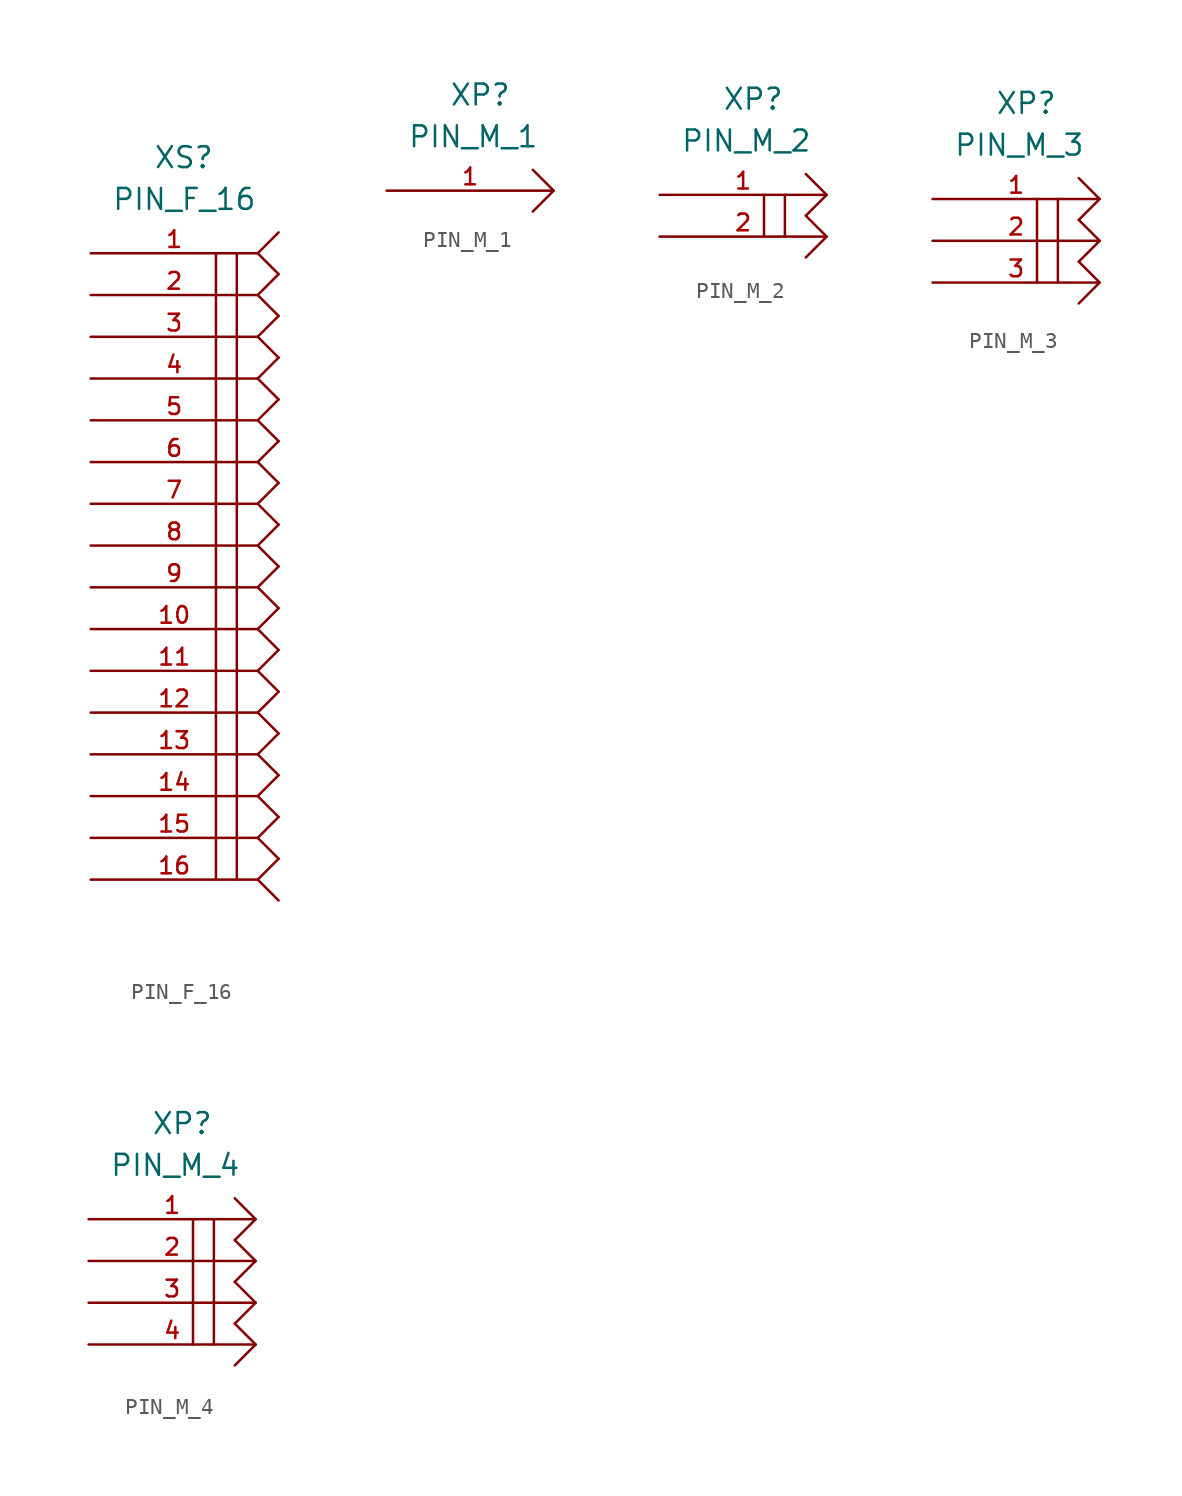
<source format=kicad_sym>
(kicad_symbol_lib
  (version 20211014)
  (generator kicad_symbol_editor)
  (symbol "PIN_F_16"
    (pin_names
      (offset 1.016))
    (property "Reference" "XS"
      (at 3.81 5.08 0)
      (effects (font (size 1.27 1.27)) (justify left bottom)))
    (property "Value" "PIN_F_16"
      (at 1.27 2.54 0)
      (effects (font (size 1.27 1.27)) (justify left bottom)))
    (property "Datasheet" ""
      (at 0 0 0)
      (effects (font (size 1.524 1.524))))
    (property "ki_locked" ""
      (at 0 0 0)
      (effects (font (size 1.27 1.27))))
    (symbol "PIN_F_16_0_1"
      (polyline (pts (xy 7.62 0) (xy 7.62 -38.1)) (stroke (width 0) (type default) (color 0 0 0 0)) (fill (type none)))
      (polyline (pts (xy 8.89 -38.1) (xy 8.89 0)) (stroke (width 0) (type default) (color 0 0 0 0)) (fill (type none)))
      (polyline (pts (xy 10.16 -38.1) (xy 11.43 -39.37)) (stroke (width 0) (type default) (color 0 0 0 0)) (fill (type none)))
      (polyline (pts (xy 10.16 -38.1) (xy 11.43 -36.83)) (stroke (width 0) (type default) (color 0 0 0 0)) (fill (type none)))
      (polyline (pts (xy 10.16 -35.56) (xy 11.43 -36.83)) (stroke (width 0) (type default) (color 0 0 0 0)) (fill (type none)))
      (polyline (pts (xy 10.16 -35.56) (xy 11.43 -34.29)) (stroke (width 0) (type default) (color 0 0 0 0)) (fill (type none)))
      (polyline (pts (xy 10.16 -33.02) (xy 11.43 -34.29)) (stroke (width 0) (type default) (color 0 0 0 0)) (fill (type none)))
      (polyline (pts (xy 10.16 -33.02) (xy 11.43 -31.75)) (stroke (width 0) (type default) (color 0 0 0 0)) (fill (type none)))
      (polyline (pts (xy 10.16 -30.48) (xy 11.43 -31.75)) (stroke (width 0) (type default) (color 0 0 0 0)) (fill (type none)))
      (polyline (pts (xy 10.16 -30.48) (xy 11.43 -29.21)) (stroke (width 0) (type default) (color 0 0 0 0)) (fill (type none)))
      (polyline (pts (xy 10.16 -27.94) (xy 11.43 -29.21)) (stroke (width 0) (type default) (color 0 0 0 0)) (fill (type none)))
      (polyline (pts (xy 10.16 -27.94) (xy 11.43 -26.67)) (stroke (width 0) (type default) (color 0 0 0 0)) (fill (type none)))
      (polyline (pts (xy 10.16 -25.4) (xy 11.43 -26.67)) (stroke (width 0) (type default) (color 0 0 0 0)) (fill (type none)))
      (polyline (pts (xy 10.16 -25.4) (xy 11.43 -24.13)) (stroke (width 0) (type default) (color 0 0 0 0)) (fill (type none)))
      (polyline (pts (xy 10.16 -22.86) (xy 11.43 -24.13)) (stroke (width 0) (type default) (color 0 0 0 0)) (fill (type none)))
      (polyline (pts (xy 10.16 -22.86) (xy 11.43 -21.59)) (stroke (width 0) (type default) (color 0 0 0 0)) (fill (type none)))
      (polyline (pts (xy 10.16 -20.32) (xy 11.43 -21.59)) (stroke (width 0) (type default) (color 0 0 0 0)) (fill (type none)))
      (polyline (pts (xy 10.16 -20.32) (xy 11.43 -19.05)) (stroke (width 0) (type default) (color 0 0 0 0)) (fill (type none)))
      (polyline (pts (xy 10.16 -17.78) (xy 11.43 -19.05)) (stroke (width 0) (type default) (color 0 0 0 0)) (fill (type none)))
      (polyline (pts (xy 10.16 -17.78) (xy 11.43 -16.51)) (stroke (width 0) (type default) (color 0 0 0 0)) (fill (type none)))
      (polyline (pts (xy 10.16 -15.24) (xy 11.43 -16.51)) (stroke (width 0) (type default) (color 0 0 0 0)) (fill (type none)))
      (polyline (pts (xy 10.16 -15.24) (xy 11.43 -13.97)) (stroke (width 0) (type default) (color 0 0 0 0)) (fill (type none)))
      (polyline (pts (xy 10.16 -12.7) (xy 11.43 -13.97)) (stroke (width 0) (type default) (color 0 0 0 0)) (fill (type none)))
      (polyline (pts (xy 10.16 -12.7) (xy 11.43 -11.43)) (stroke (width 0) (type default) (color 0 0 0 0)) (fill (type none)))
      (polyline (pts (xy 10.16 -10.16) (xy 11.43 -11.43)) (stroke (width 0) (type default) (color 0 0 0 0)) (fill (type none)))
      (polyline (pts (xy 10.16 -10.16) (xy 11.43 -8.89)) (stroke (width 0) (type default) (color 0 0 0 0)) (fill (type none)))
      (polyline (pts (xy 10.16 -7.62) (xy 11.43 -8.89)) (stroke (width 0) (type default) (color 0 0 0 0)) (fill (type none)))
      (polyline (pts (xy 10.16 -7.62) (xy 11.43 -6.35)) (stroke (width 0) (type default) (color 0 0 0 0)) (fill (type none)))
      (polyline (pts (xy 10.16 -5.08) (xy 11.43 -6.35)) (stroke (width 0) (type default) (color 0 0 0 0)) (fill (type none)))
      (polyline (pts (xy 10.16 -5.08) (xy 11.43 -3.81)) (stroke (width 0) (type default) (color 0 0 0 0)) (fill (type none)))
      (polyline (pts (xy 10.16 -2.54) (xy 11.43 -3.81)) (stroke (width 0) (type default) (color 0 0 0 0)) (fill (type none)))
      (polyline (pts (xy 10.16 -2.54) (xy 11.43 -1.27)) (stroke (width 0) (type default) (color 0 0 0 0)) (fill (type none)))
      (polyline (pts (xy 10.16 0) (xy 11.43 -1.27)) (stroke (width 0) (type default) (color 0 0 0 0)) (fill (type none)))
      (polyline (pts (xy 10.16 0) (xy 11.43 1.27)) (stroke (width 0) (type default) (color 0 0 0 0)) (fill (type none))))
    (symbol "PIN_F_16_1_1"
      (pin passive line (at 0 0 0) (length 10.16) (name "~" (effects (font (size 1.016 1.016)))) (number "1" (effects (font (size 1.016 1.016)))))
      (pin passive line (at 0 -22.86 0) (length 10.16) (name "~" (effects (font (size 1.016 1.016)))) (number "10" (effects (font (size 1.016 1.016)))))
      (pin passive line (at 0 -25.4 0) (length 10.16) (name "~" (effects (font (size 1.016 1.016)))) (number "11" (effects (font (size 1.016 1.016)))))
      (pin passive line (at 0 -27.94 0) (length 10.16) (name "~" (effects (font (size 1.016 1.016)))) (number "12" (effects (font (size 1.016 1.016)))))
      (pin passive line (at 0 -30.48 0) (length 10.16) (name "~" (effects (font (size 1.016 1.016)))) (number "13" (effects (font (size 1.016 1.016)))))
      (pin passive line (at 0 -33.02 0) (length 10.16) (name "~" (effects (font (size 1.016 1.016)))) (number "14" (effects (font (size 1.016 1.016)))))
      (pin passive line (at 0 -35.56 0) (length 10.16) (name "~" (effects (font (size 1.016 1.016)))) (number "15" (effects (font (size 1.016 1.016)))))
      (pin passive line (at 0 -38.1 0) (length 10.16) (name "~" (effects (font (size 1.016 1.016)))) (number "16" (effects (font (size 1.016 1.016)))))
      (pin passive line (at 0 -2.54 0) (length 10.16) (name "~" (effects (font (size 1.016 1.016)))) (number "2" (effects (font (size 1.016 1.016)))))
      (pin passive line (at 0 -5.08 0) (length 10.16) (name "~" (effects (font (size 1.016 1.016)))) (number "3" (effects (font (size 1.016 1.016)))))
      (pin passive line (at 0 -7.62 0) (length 10.16) (name "~" (effects (font (size 1.016 1.016)))) (number "4" (effects (font (size 1.016 1.016)))))
      (pin passive line (at 0 -10.16 0) (length 10.16) (name "~" (effects (font (size 1.016 1.016)))) (number "5" (effects (font (size 1.016 1.016)))))
      (pin passive line (at 0 -12.7 0) (length 10.16) (name "~" (effects (font (size 1.016 1.016)))) (number "6" (effects (font (size 1.016 1.016)))))
      (pin passive line (at 0 -15.24 0) (length 10.16) (name "~" (effects (font (size 1.016 1.016)))) (number "7" (effects (font (size 1.016 1.016)))))
      (pin passive line (at 0 -17.78 0) (length 10.16) (name "~" (effects (font (size 1.016 1.016)))) (number "8" (effects (font (size 1.016 1.016)))))
      (pin passive line (at 0 -20.32 0) (length 10.16) (name "~" (effects (font (size 1.016 1.016)))) (number "9" (effects (font (size 1.016 1.016)))))))
  (symbol "PIN_M_1"
    (pin_names
      (offset 1.016))
    (property "Reference" "XP"
      (at 3.81 5.08 0)
      (effects (font (size 1.27 1.27)) (justify left bottom)))
    (property "Value" "PIN_M_1"
      (at 1.27 2.54 0)
      (effects (font (size 1.27 1.27)) (justify left bottom)))
    (property "Datasheet" ""
      (at 0 0 0)
      (effects (font (size 1.524 1.524))))
    (property "ki_locked" ""
      (at 0 0 0)
      (effects (font (size 1.27 1.27))))
    (symbol "PIN_M_1_0_1"
      (polyline (pts (xy 8.89 1.27) (xy 10.16 0) (xy 8.89 -1.27)) (stroke (width 0) (type default) (color 0 0 0 0)) (fill (type none))))
    (symbol "PIN_M_1_1_1"
      (pin passive line (at 0 0 0) (length 10.16) (name "~" (effects (font (size 1.016 1.016)))) (number "1" (effects (font (size 1.016 1.016)))))))
  (symbol "PIN_M_2"
    (pin_names
      (offset 1.016))
    (property "Reference" "XP"
      (at 3.81 5.08 0)
      (effects (font (size 1.27 1.27)) (justify left bottom)))
    (property "Value" "PIN_M_2"
      (at 1.27 2.54 0)
      (effects (font (size 1.27 1.27)) (justify left bottom)))
    (property "Datasheet" ""
      (at 0 0 0)
      (effects (font (size 1.524 1.524))))
    (property "ki_locked" ""
      (at 0 0 0)
      (effects (font (size 1.27 1.27))))
    (symbol "PIN_M_2_0_1"
      (polyline (pts (xy 6.35 0) (xy 6.35 -2.54)) (stroke (width 0) (type default) (color 0 0 0 0)) (fill (type none)))
      (polyline (pts (xy 7.62 0) (xy 7.62 -2.54)) (stroke (width 0) (type default) (color 0 0 0 0)) (fill (type none)))
      (polyline (pts (xy 8.89 -1.27) (xy 10.16 -2.54) (xy 8.89 -3.81)) (stroke (width 0) (type default) (color 0 0 0 0)) (fill (type none)))
      (polyline (pts (xy 8.89 1.27) (xy 10.16 0) (xy 8.89 -1.27)) (stroke (width 0) (type default) (color 0 0 0 0)) (fill (type none))))
    (symbol "PIN_M_2_1_1"
      (pin passive line (at 0 0 0) (length 10.16) (name "~" (effects (font (size 1.016 1.016)))) (number "1" (effects (font (size 1.016 1.016)))))
      (pin passive line (at 0 -2.54 0) (length 10.16) (name "~" (effects (font (size 1.016 1.016)))) (number "2" (effects (font (size 1.016 1.016)))))))
  (symbol "PIN_M_3"
    (pin_names
      (offset 1.016))
    (property "Reference" "XP"
      (at 3.81 5.08 0)
      (effects (font (size 1.27 1.27)) (justify left bottom)))
    (property "Value" "PIN_M_3"
      (at 1.27 2.54 0)
      (effects (font (size 1.27 1.27)) (justify left bottom)))
    (property "Datasheet" ""
      (at 0 0 0)
      (effects (font (size 1.524 1.524))))
    (property "ki_locked" ""
      (at 0 0 0)
      (effects (font (size 1.27 1.27))))
    (symbol "PIN_M_3_0_1"
      (polyline (pts (xy 6.35 0) (xy 6.35 -5.08)) (stroke (width 0) (type default) (color 0 0 0 0)) (fill (type none)))
      (polyline (pts (xy 7.62 0) (xy 7.62 -5.08)) (stroke (width 0) (type default) (color 0 0 0 0)) (fill (type none)))
      (polyline (pts (xy 8.89 -3.81) (xy 10.16 -5.08) (xy 8.89 -6.35)) (stroke (width 0) (type default) (color 0 0 0 0)) (fill (type none)))
      (polyline (pts (xy 8.89 -1.27) (xy 10.16 -2.54) (xy 8.89 -3.81)) (stroke (width 0) (type default) (color 0 0 0 0)) (fill (type none)))
      (polyline (pts (xy 8.89 1.27) (xy 10.16 0) (xy 8.89 -1.27)) (stroke (width 0) (type default) (color 0 0 0 0)) (fill (type none))))
    (symbol "PIN_M_3_1_1"
      (pin passive line (at 0 0 0) (length 10.16) (name "~" (effects (font (size 1.016 1.016)))) (number "1" (effects (font (size 1.016 1.016)))))
      (pin passive line (at 0 -2.54 0) (length 10.16) (name "~" (effects (font (size 1.016 1.016)))) (number "2" (effects (font (size 1.016 1.016)))))
      (pin passive line (at 0 -5.08 0) (length 10.16) (name "~" (effects (font (size 1.016 1.016)))) (number "3" (effects (font (size 1.016 1.016)))))))
  (symbol "PIN_M_4"
    (pin_names
      (offset 1.016))
    (property "Reference" "XP"
      (at 3.81 5.08 0)
      (effects (font (size 1.27 1.27)) (justify left bottom)))
    (property "Value" "PIN_M_4"
      (at 1.27 2.54 0)
      (effects (font (size 1.27 1.27)) (justify left bottom)))
    (property "Datasheet" ""
      (at 0 0 0)
      (effects (font (size 1.524 1.524))))
    (property "ki_locked" ""
      (at 0 0 0)
      (effects (font (size 1.27 1.27))))
    (symbol "PIN_M_4_0_1"
      (polyline (pts (xy 7.62 0) (xy 7.62 -7.62)) (stroke (width 0) (type default) (color 0 0 0 0)) (fill (type none)))
      (polyline (pts (xy 6.35 0) (xy 6.35 -7.62) (xy 6.35 -7.62)) (stroke (width 0) (type default) (color 0 0 0 0)) (fill (type none)))
      (polyline (pts (xy 8.89 -6.35) (xy 10.16 -7.62) (xy 8.89 -8.89)) (stroke (width 0) (type default) (color 0 0 0 0)) (fill (type none)))
      (polyline (pts (xy 8.89 -3.81) (xy 10.16 -5.08) (xy 8.89 -6.35)) (stroke (width 0) (type default) (color 0 0 0 0)) (fill (type none)))
      (polyline (pts (xy 8.89 -1.27) (xy 10.16 -2.54) (xy 8.89 -3.81)) (stroke (width 0) (type default) (color 0 0 0 0)) (fill (type none)))
      (polyline (pts (xy 8.89 1.27) (xy 10.16 0) (xy 8.89 -1.27)) (stroke (width 0) (type default) (color 0 0 0 0)) (fill (type none))))
    (symbol "PIN_M_4_1_1"
      (pin passive line (at 0 0 0) (length 10.16) (name "~" (effects (font (size 1.016 1.016)))) (number "1" (effects (font (size 1.016 1.016)))))
      (pin passive line (at 0 -2.54 0) (length 10.16) (name "~" (effects (font (size 1.016 1.016)))) (number "2" (effects (font (size 1.016 1.016)))))
      (pin passive line (at 0 -5.08 0) (length 10.16) (name "~" (effects (font (size 1.016 1.016)))) (number "3" (effects (font (size 1.016 1.016)))))
      (pin passive line (at 0 -7.62 0) (length 10.16) (name "~" (effects (font (size 1.016 1.016)))) (number "4" (effects (font (size 1.016 1.016))))))))
</source>
